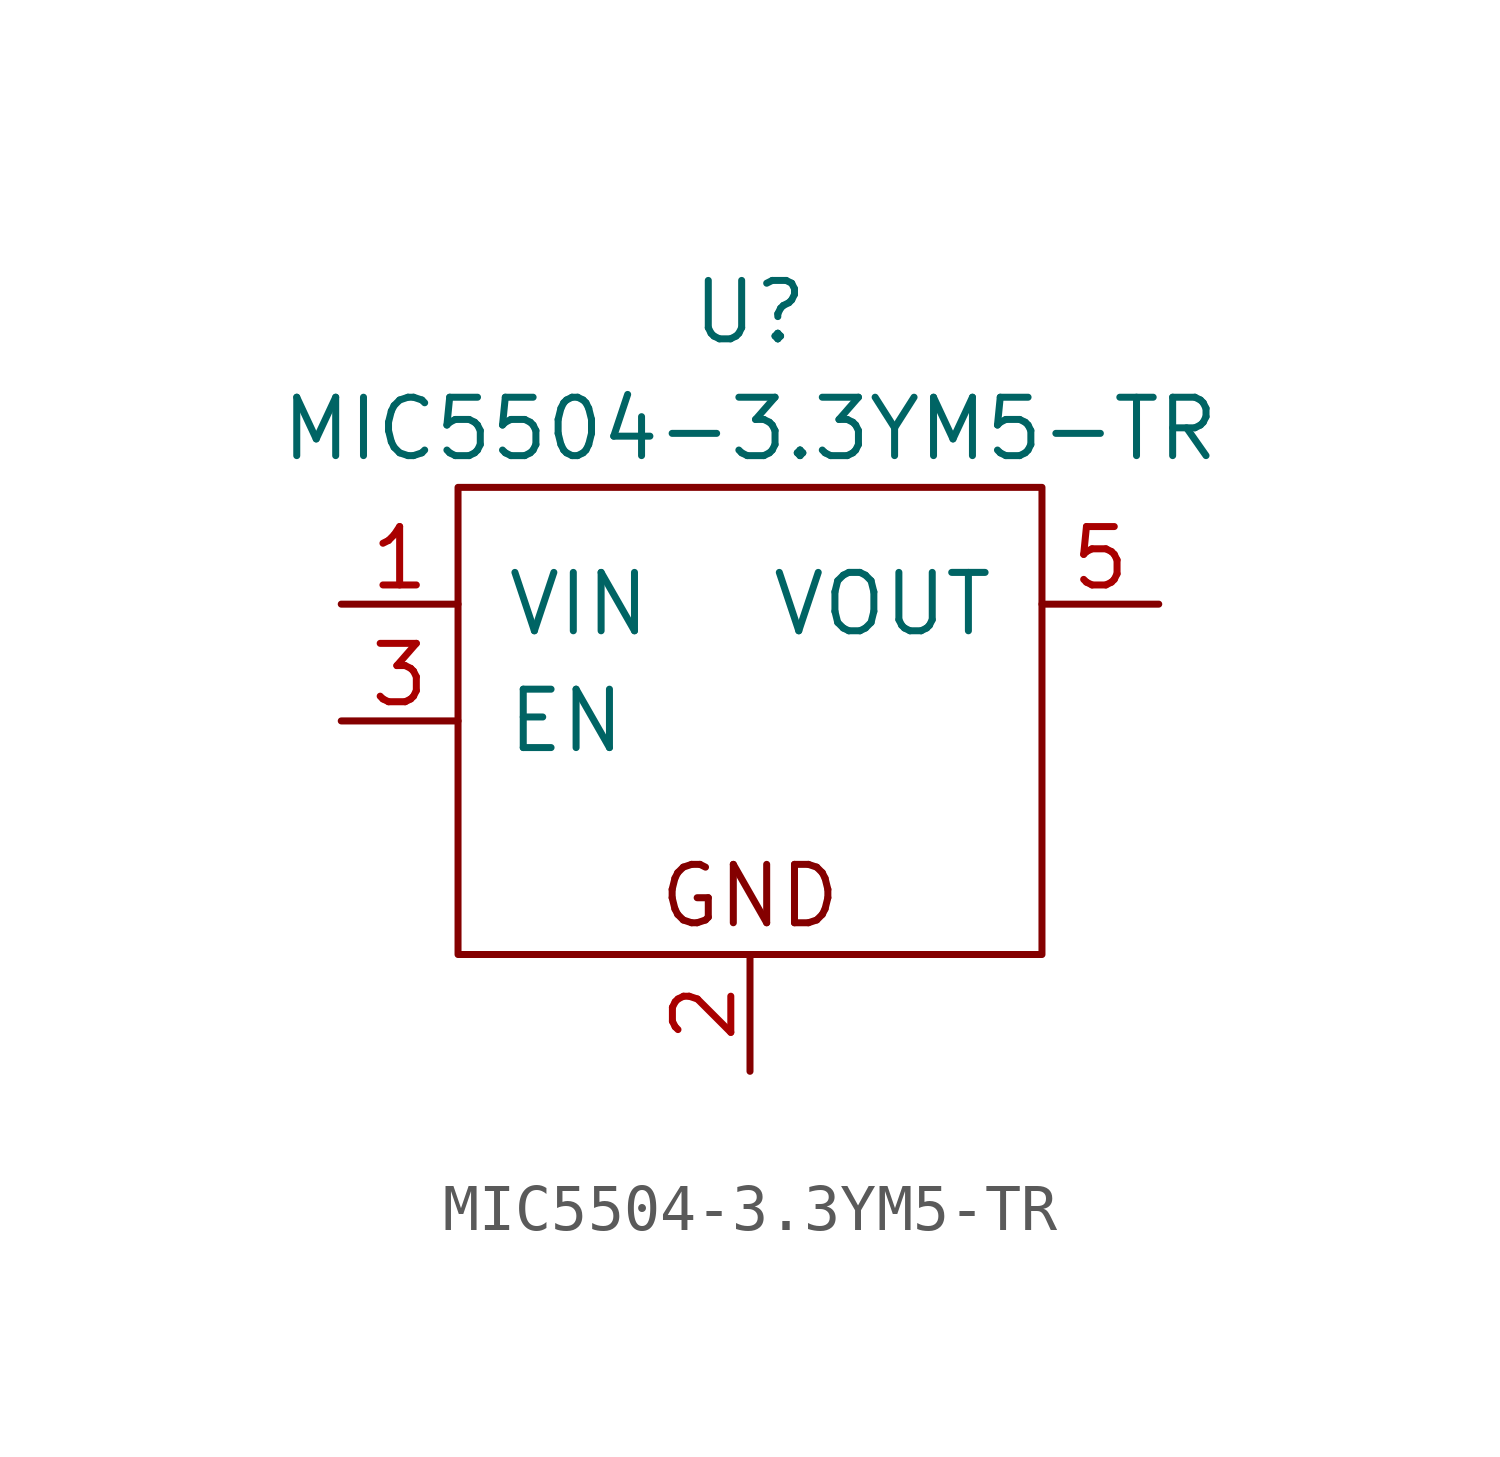
<source format=kicad_sym>
(kicad_symbol_lib
  (version 20211014)
  (generator kicad_symbol_editor)
  (symbol "MIC5504-3.3YM5-TR"
    (pin_names
      (offset 1.016))
    (property "Reference" "U"
      (at 0 8.89 0)
      (effects (font (size 1.27 1.27))))
    (property "Value" "MIC5504-3.3YM5-TR"
      (at 0 6.35 0)
      (effects (font (size 1.27 1.27))))
    (symbol "MIC5504-3.3YM5-TR_0_0"
      (rectangle (start -6.35 5.08) (end 6.35 -5.08) (stroke (width 0) (type default) (color 0 0 0 0)) (fill (type none)))
      (text "GND" (at 0 -3.81 0) (effects (font (size 1.27 1.27)))))
    (symbol "MIC5504-3.3YM5-TR_1_1"
      (pin power_in line (at -8.89 2.54 0) (length 2.54) (name "VIN" (effects (font (size 1.27 1.27)))) (number "1" (effects (font (size 1.27 1.27)))))
      (pin power_in line (at 0 -7.62 90) (length 2.54) (name "~" (effects (font (size 1.27 1.27)))) (number "2" (effects (font (size 1.27 1.27)))))
      (pin input line (at -8.89 0 0) (length 2.54) (name "EN" (effects (font (size 1.27 1.27)))) (number "3" (effects (font (size 1.27 1.27)))))
      (pin no_connect line (at 8.89 0 180) (length 2.54) hide (name "NC" (effects (font (size 1.27 1.27)))) (number "4" (effects (font (size 1.27 1.27)))))
      (pin power_out line (at 8.89 2.54 180) (length 2.54) (name "VOUT" (effects (font (size 1.27 1.27)))) (number "5" (effects (font (size 1.27 1.27))))))))
</source>
